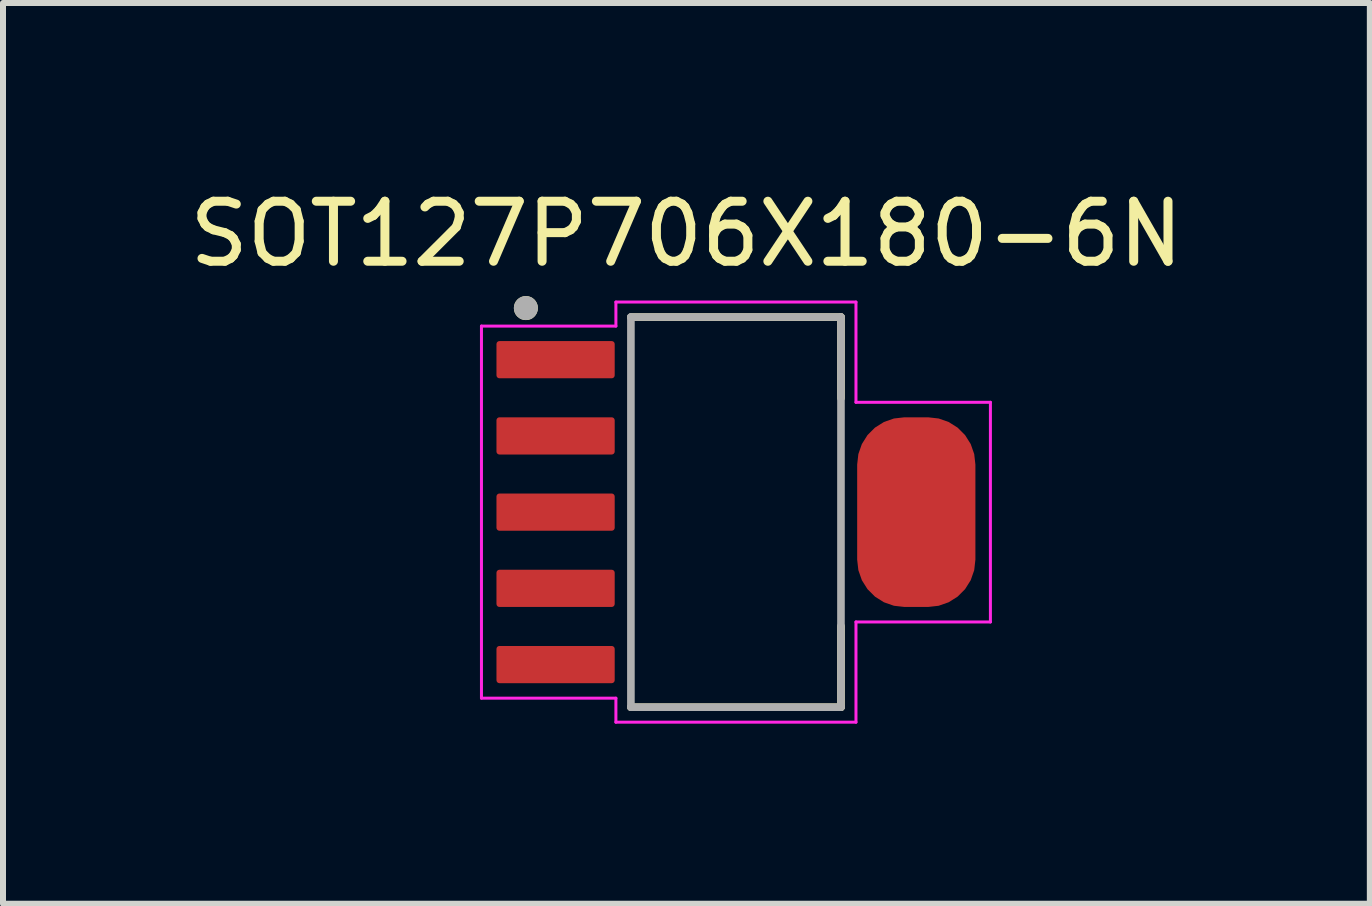
<source format=kicad_pcb>
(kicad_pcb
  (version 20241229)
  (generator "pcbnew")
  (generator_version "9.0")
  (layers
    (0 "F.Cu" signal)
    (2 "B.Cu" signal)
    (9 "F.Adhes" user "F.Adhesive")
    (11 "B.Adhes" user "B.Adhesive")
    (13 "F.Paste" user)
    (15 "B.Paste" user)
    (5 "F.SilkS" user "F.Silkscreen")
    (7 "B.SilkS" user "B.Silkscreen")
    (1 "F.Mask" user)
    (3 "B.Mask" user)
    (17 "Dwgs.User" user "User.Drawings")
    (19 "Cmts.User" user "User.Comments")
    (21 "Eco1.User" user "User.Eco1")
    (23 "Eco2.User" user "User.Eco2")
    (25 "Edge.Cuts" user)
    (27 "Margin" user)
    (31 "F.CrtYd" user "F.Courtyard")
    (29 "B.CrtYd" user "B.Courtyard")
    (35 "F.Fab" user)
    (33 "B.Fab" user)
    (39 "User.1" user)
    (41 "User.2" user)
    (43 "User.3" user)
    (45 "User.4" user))
  (footprint "SOT127P706X180-6N"
    (layer "F.Cu")
    (at 9.212 5.483)
    (property "Reference" "SOT127P706X180-6N" (at -0.825 -4.635 0) (layer "F.SilkS") (effects (font (size 1 1) (thickness 0.15))))
    (attr smd)
    (fp_line (start -1.75 -3.25) (end 1.75 -3.25) (stroke (width 0.127) (type solid)) (layer "F.SilkS"))
    (fp_line (start 1.75 -3.25) (end 1.75 -1.9) (stroke (width 0.127) (type solid)) (layer "F.SilkS"))
    (fp_line (start 1.75 1.9) (end 1.75 3.25) (stroke (width 0.127) (type solid)) (layer "F.SilkS"))
    (fp_line (start 1.75 3.25) (end -1.75 3.25) (stroke (width 0.127) (type solid)) (layer "F.SilkS"))
    (fp_circle (center -3.5 -3.4) (end -3.4 -3.4) (stroke (width 0.2) (type solid)) (fill no) (layer "F.SilkS"))
    (fp_line (start -4.24 -3.1) (end -2 -3.1) (stroke (width 0.05) (type solid)) (layer "F.CrtYd"))
    (fp_line (start -4.24 3.1) (end -4.24 -3.1) (stroke (width 0.05) (type solid)) (layer "F.CrtYd"))
    (fp_line (start -2 -3.5) (end 2 -3.5) (stroke (width 0.05) (type solid)) (layer "F.CrtYd"))
    (fp_line (start -2 -3.1) (end -2 -3.5) (stroke (width 0.05) (type solid)) (layer "F.CrtYd"))
    (fp_line (start -2 3.1) (end -4.24 3.1) (stroke (width 0.05) (type solid)) (layer "F.CrtYd"))
    (fp_line (start -2 3.5) (end -2 3.1) (stroke (width 0.05) (type solid)) (layer "F.CrtYd"))
    (fp_line (start 2 -3.5) (end 2 -1.83) (stroke (width 0.05) (type solid)) (layer "F.CrtYd"))
    (fp_line (start 2 -1.83) (end 4.24 -1.83) (stroke (width 0.05) (type solid)) (layer "F.CrtYd"))
    (fp_line (start 2 1.83) (end 2 3.5) (stroke (width 0.05) (type solid)) (layer "F.CrtYd"))
    (fp_line (start 2 3.5) (end -2 3.5) (stroke (width 0.05) (type solid)) (layer "F.CrtYd"))
    (fp_line (start 4.24 -1.83) (end 4.24 1.83) (stroke (width 0.05) (type solid)) (layer "F.CrtYd"))
    (fp_line (start 4.24 1.83) (end 2 1.83) (stroke (width 0.05) (type solid)) (layer "F.CrtYd"))
    (fp_line (start -1.75 -3.25) (end -1.75 3.25) (stroke (width 0.127) (type solid)) (layer "F.Fab"))
    (fp_line (start -1.75 3.25) (end 1.75 3.25) (stroke (width 0.127) (type solid)) (layer "F.Fab"))
    (fp_line (start 1.75 -3.25) (end -1.75 -3.25) (stroke (width 0.127) (type solid)) (layer "F.Fab"))
    (fp_line (start 1.75 3.25) (end 1.75 -3.25) (stroke (width 0.127) (type solid)) (layer "F.Fab"))
    (fp_circle (center -3.5 -3.4) (end -3.4 -3.4) (stroke (width 0.2) (type solid)) (fill no) (layer "F.Fab"))
    (pad "1" smd roundrect (at -3.005 -2.54) (size 1.97 0.62) (layers "F.Cu" "F.Mask" "F.Paste") (roundrect_rratio 0.08))
    (pad "2" smd roundrect (at -3.005 -1.27) (size 1.97 0.62) (layers "F.Cu" "F.Mask" "F.Paste") (roundrect_rratio 0.08))
    (pad "3" smd roundrect (at -3.005 0) (size 1.97 0.62) (layers "F.Cu" "F.Mask" "F.Paste") (roundrect_rratio 0.08))
    (pad "4" smd roundrect (at -3.005 1.27) (size 1.97 0.62) (layers "F.Cu" "F.Mask" "F.Paste") (roundrect_rratio 0.08))
    (pad "5" smd roundrect (at -3.005 2.54) (size 1.97 0.62) (layers "F.Cu" "F.Mask" "F.Paste") (roundrect_rratio 0.08))
    (pad "6" smd roundrect (at 3.005 0) (size 1.97 3.16) (layers "F.Cu" "F.Mask" "F.Paste") (roundrect_rratio 0.4)))
  (gr_rect
    (start -3 -3)
    (end 19.774 12.008)
    (stroke (width 0.1) (type default))
    (fill no)
    (layer "Edge.Cuts")))
</source>
